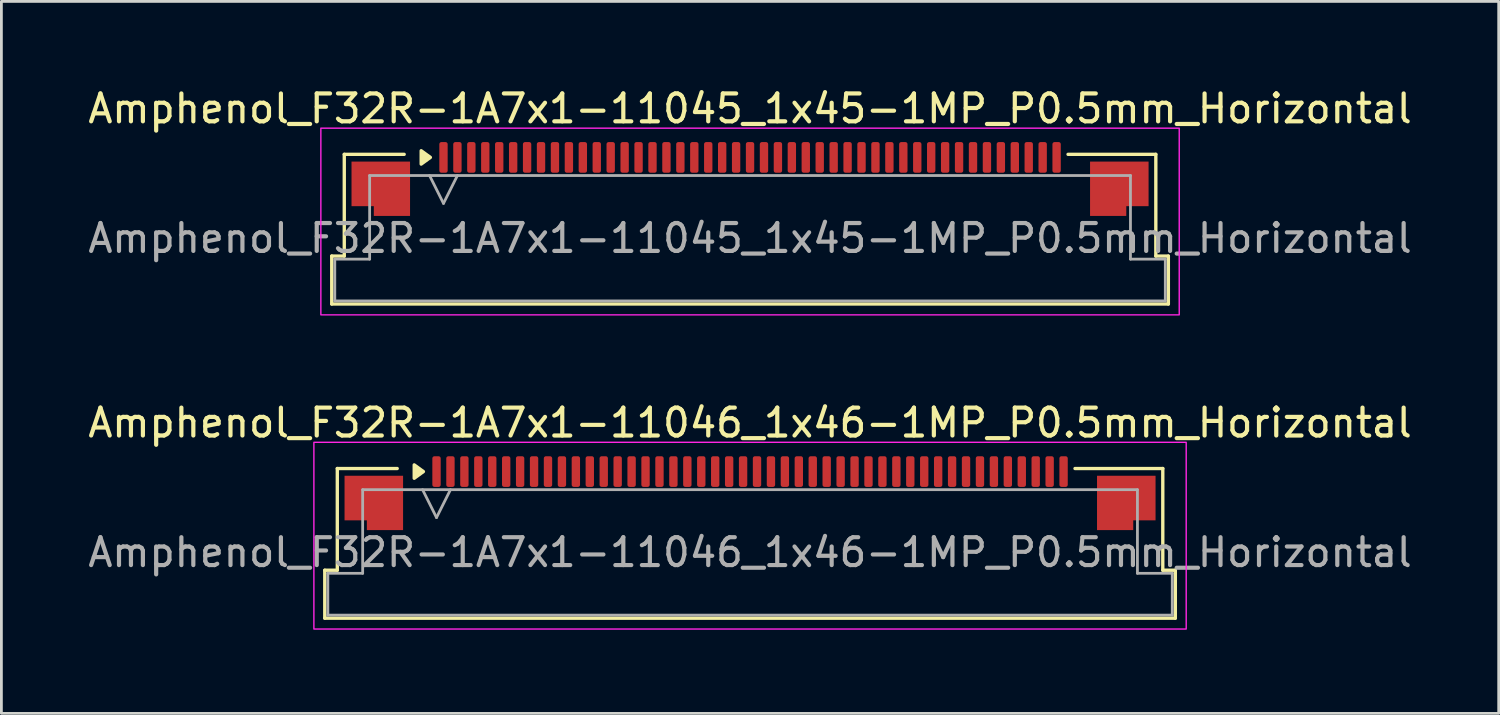
<source format=kicad_pcb>
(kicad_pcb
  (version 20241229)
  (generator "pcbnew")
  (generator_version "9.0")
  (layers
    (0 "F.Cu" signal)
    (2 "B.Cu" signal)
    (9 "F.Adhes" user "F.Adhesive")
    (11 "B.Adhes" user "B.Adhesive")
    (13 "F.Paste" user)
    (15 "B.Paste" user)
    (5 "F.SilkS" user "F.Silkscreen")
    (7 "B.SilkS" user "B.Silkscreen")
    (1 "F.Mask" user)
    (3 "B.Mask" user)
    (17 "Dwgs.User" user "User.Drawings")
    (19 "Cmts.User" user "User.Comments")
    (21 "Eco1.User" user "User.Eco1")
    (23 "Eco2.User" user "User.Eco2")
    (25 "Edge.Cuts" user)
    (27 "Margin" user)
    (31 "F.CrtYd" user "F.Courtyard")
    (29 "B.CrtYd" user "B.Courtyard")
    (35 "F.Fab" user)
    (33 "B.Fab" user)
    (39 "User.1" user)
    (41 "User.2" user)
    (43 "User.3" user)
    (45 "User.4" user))
  (footprint "Amphenol_F32R-1A7x1-11045_1x45-1MP_P0.5mm_Horizontal"
    (layer "F.Cu")
    (at 23.863 5.498)
    (property "Reference" "Amphenol_F32R-1A7x1-11045_1x45-1MP_P0.5mm_Horizontal" (at 0 -4.65 0) (layer "F.SilkS") (effects (font (size 1 1) (thickness 0.15))))
    (attr smd)
    (fp_line (start -15.01 0.64) (end -14.56 0.64) (stroke (width 0.12) (type solid)) (layer "F.SilkS"))
    (fp_line (start -15.01 2.36) (end -15.01 0.64) (stroke (width 0.12) (type solid)) (layer "F.SilkS"))
    (fp_line (start -14.56 -3.01) (end -12.41 -3.01) (stroke (width 0.12) (type solid)) (layer "F.SilkS"))
    (fp_line (start -14.56 0.64) (end -14.56 -3.01) (stroke (width 0.12) (type solid)) (layer "F.SilkS"))
    (fp_line (start 11.41 -3.01) (end 14.56 -3.01) (stroke (width 0.12) (type solid)) (layer "F.SilkS"))
    (fp_line (start 14.56 -3.01) (end 14.56 0.64) (stroke (width 0.12) (type solid)) (layer "F.SilkS"))
    (fp_line (start 14.56 0.64) (end 15.01 0.64) (stroke (width 0.12) (type solid)) (layer "F.SilkS"))
    (fp_line (start 15.01 0.64) (end 15.01 2.36) (stroke (width 0.12) (type solid)) (layer "F.SilkS"))
    (fp_line (start 15.01 2.36) (end -15.01 2.36) (stroke (width 0.12) (type solid)) (layer "F.SilkS"))
    (fp_poly (pts (xy -11.47 -2.9) (xy -11.8 -2.66) (xy -11.8 -3.14)) (stroke (width 0.12) (type solid)) (fill yes) (layer "F.SilkS"))
    (fp_rect (start -15.4 -3.95) (end 15.4 2.75) (stroke (width 0.05) (type solid)) (fill no) (layer "F.CrtYd"))
    (fp_line (start -14.9 0.75) (end -13.65 0.75) (stroke (width 0.1) (type solid)) (layer "F.Fab"))
    (fp_line (start -14.9 2.25) (end -14.9 0.75) (stroke (width 0.1) (type solid)) (layer "F.Fab"))
    (fp_line (start -13.65 -2.25) (end 13.65 -2.25) (stroke (width 0.1) (type solid)) (layer "F.Fab"))
    (fp_line (start -13.65 0.75) (end -13.65 -2.25) (stroke (width 0.1) (type solid)) (layer "F.Fab"))
    (fp_line (start -11.5 -2.25) (end -11 -1.25) (stroke (width 0.1) (type solid)) (layer "F.Fab"))
    (fp_line (start -11 -1.25) (end -10.5 -2.25) (stroke (width 0.1) (type solid)) (layer "F.Fab"))
    (fp_line (start 13.65 -2.25) (end 13.65 0.75) (stroke (width 0.1) (type solid)) (layer "F.Fab"))
    (fp_line (start 13.65 0.75) (end 14.9 0.75) (stroke (width 0.1) (type solid)) (layer "F.Fab"))
    (fp_line (start 14.9 0.75) (end 14.9 2.25) (stroke (width 0.1) (type solid)) (layer "F.Fab"))
    (fp_line (start 14.9 2.25) (end -14.9 2.25) (stroke (width 0.1) (type solid)) (layer "F.Fab"))
    (fp_text user "${REFERENCE}" (at 0 0 0) (layer "F.Fab") (effects (font (size 1 1) (thickness 0.15))))
    (pad "1" smd roundrect (at -11 -2.9) (size 0.3 1.1) (layers "F.Cu" "F.Mask" "F.Paste") (roundrect_rratio 0.25))
    (pad "2" smd roundrect (at -10.5 -2.9) (size 0.3 1.1) (layers "F.Cu" "F.Mask" "F.Paste") (roundrect_rratio 0.25))
    (pad "3" smd roundrect (at -10 -2.9) (size 0.3 1.1) (layers "F.Cu" "F.Mask" "F.Paste") (roundrect_rratio 0.25))
    (pad "4" smd roundrect (at -9.5 -2.9) (size 0.3 1.1) (layers "F.Cu" "F.Mask" "F.Paste") (roundrect_rratio 0.25))
    (pad "5" smd roundrect (at -9 -2.9) (size 0.3 1.1) (layers "F.Cu" "F.Mask" "F.Paste") (roundrect_rratio 0.25))
    (pad "6" smd roundrect (at -8.5 -2.9) (size 0.3 1.1) (layers "F.Cu" "F.Mask" "F.Paste") (roundrect_rratio 0.25))
    (pad "7" smd roundrect (at -8 -2.9) (size 0.3 1.1) (layers "F.Cu" "F.Mask" "F.Paste") (roundrect_rratio 0.25))
    (pad "8" smd roundrect (at -7.5 -2.9) (size 0.3 1.1) (layers "F.Cu" "F.Mask" "F.Paste") (roundrect_rratio 0.25))
    (pad "9" smd roundrect (at -7 -2.9) (size 0.3 1.1) (layers "F.Cu" "F.Mask" "F.Paste") (roundrect_rratio 0.25))
    (pad "10" smd roundrect (at -6.5 -2.9) (size 0.3 1.1) (layers "F.Cu" "F.Mask" "F.Paste") (roundrect_rratio 0.25))
    (pad "11" smd roundrect (at -6 -2.9) (size 0.3 1.1) (layers "F.Cu" "F.Mask" "F.Paste") (roundrect_rratio 0.25))
    (pad "12" smd roundrect (at -5.5 -2.9) (size 0.3 1.1) (layers "F.Cu" "F.Mask" "F.Paste") (roundrect_rratio 0.25))
    (pad "13" smd roundrect (at -5 -2.9) (size 0.3 1.1) (layers "F.Cu" "F.Mask" "F.Paste") (roundrect_rratio 0.25))
    (pad "14" smd roundrect (at -4.5 -2.9) (size 0.3 1.1) (layers "F.Cu" "F.Mask" "F.Paste") (roundrect_rratio 0.25))
    (pad "15" smd roundrect (at -4 -2.9) (size 0.3 1.1) (layers "F.Cu" "F.Mask" "F.Paste") (roundrect_rratio 0.25))
    (pad "16" smd roundrect (at -3.5 -2.9) (size 0.3 1.1) (layers "F.Cu" "F.Mask" "F.Paste") (roundrect_rratio 0.25))
    (pad "17" smd roundrect (at -3 -2.9) (size 0.3 1.1) (layers "F.Cu" "F.Mask" "F.Paste") (roundrect_rratio 0.25))
    (pad "18" smd roundrect (at -2.5 -2.9) (size 0.3 1.1) (layers "F.Cu" "F.Mask" "F.Paste") (roundrect_rratio 0.25))
    (pad "19" smd roundrect (at -2 -2.9) (size 0.3 1.1) (layers "F.Cu" "F.Mask" "F.Paste") (roundrect_rratio 0.25))
    (pad "20" smd roundrect (at -1.5 -2.9) (size 0.3 1.1) (layers "F.Cu" "F.Mask" "F.Paste") (roundrect_rratio 0.25))
    (pad "21" smd roundrect (at -1 -2.9) (size 0.3 1.1) (layers "F.Cu" "F.Mask" "F.Paste") (roundrect_rratio 0.25))
    (pad "22" smd roundrect (at -0.5 -2.9) (size 0.3 1.1) (layers "F.Cu" "F.Mask" "F.Paste") (roundrect_rratio 0.25))
    (pad "23" smd roundrect (at 0 -2.9) (size 0.3 1.1) (layers "F.Cu" "F.Mask" "F.Paste") (roundrect_rratio 0.25))
    (pad "24" smd roundrect (at 0.5 -2.9) (size 0.3 1.1) (layers "F.Cu" "F.Mask" "F.Paste") (roundrect_rratio 0.25))
    (pad "25" smd roundrect (at 1 -2.9) (size 0.3 1.1) (layers "F.Cu" "F.Mask" "F.Paste") (roundrect_rratio 0.25))
    (pad "26" smd roundrect (at 1.5 -2.9) (size 0.3 1.1) (layers "F.Cu" "F.Mask" "F.Paste") (roundrect_rratio 0.25))
    (pad "27" smd roundrect (at 2 -2.9) (size 0.3 1.1) (layers "F.Cu" "F.Mask" "F.Paste") (roundrect_rratio 0.25))
    (pad "28" smd roundrect (at 2.5 -2.9) (size 0.3 1.1) (layers "F.Cu" "F.Mask" "F.Paste") (roundrect_rratio 0.25))
    (pad "29" smd roundrect (at 3 -2.9) (size 0.3 1.1) (layers "F.Cu" "F.Mask" "F.Paste") (roundrect_rratio 0.25))
    (pad "30" smd roundrect (at 3.5 -2.9) (size 0.3 1.1) (layers "F.Cu" "F.Mask" "F.Paste") (roundrect_rratio 0.25))
    (pad "31" smd roundrect (at 4 -2.9) (size 0.3 1.1) (layers "F.Cu" "F.Mask" "F.Paste") (roundrect_rratio 0.25))
    (pad "32" smd roundrect (at 4.5 -2.9) (size 0.3 1.1) (layers "F.Cu" "F.Mask" "F.Paste") (roundrect_rratio 0.25))
    (pad "33" smd roundrect (at 5 -2.9) (size 0.3 1.1) (layers "F.Cu" "F.Mask" "F.Paste") (roundrect_rratio 0.25))
    (pad "34" smd roundrect (at 5.5 -2.9) (size 0.3 1.1) (layers "F.Cu" "F.Mask" "F.Paste") (roundrect_rratio 0.25))
    (pad "35" smd roundrect (at 6 -2.9) (size 0.3 1.1) (layers "F.Cu" "F.Mask" "F.Paste") (roundrect_rratio 0.25))
    (pad "36" smd roundrect (at 6.5 -2.9) (size 0.3 1.1) (layers "F.Cu" "F.Mask" "F.Paste") (roundrect_rratio 0.25))
    (pad "37" smd roundrect (at 7 -2.9) (size 0.3 1.1) (layers "F.Cu" "F.Mask" "F.Paste") (roundrect_rratio 0.25))
    (pad "38" smd roundrect (at 7.5 -2.9) (size 0.3 1.1) (layers "F.Cu" "F.Mask" "F.Paste") (roundrect_rratio 0.25))
    (pad "39" smd roundrect (at 8 -2.9) (size 0.3 1.1) (layers "F.Cu" "F.Mask" "F.Paste") (roundrect_rratio 0.25))
    (pad "40" smd roundrect (at 8.5 -2.9) (size 0.3 1.1) (layers "F.Cu" "F.Mask" "F.Paste") (roundrect_rratio 0.25))
    (pad "41" smd roundrect (at 9 -2.9) (size 0.3 1.1) (layers "F.Cu" "F.Mask" "F.Paste") (roundrect_rratio 0.25))
    (pad "42" smd roundrect (at 9.5 -2.9) (size 0.3 1.1) (layers "F.Cu" "F.Mask" "F.Paste") (roundrect_rratio 0.25))
    (pad "43" smd roundrect (at 10 -2.9) (size 0.3 1.1) (layers "F.Cu" "F.Mask" "F.Paste") (roundrect_rratio 0.25))
    (pad "44" smd roundrect (at 10.5 -2.9) (size 0.3 1.1) (layers "F.Cu" "F.Mask" "F.Paste") (roundrect_rratio 0.25))
    (pad "45" smd roundrect (at 11 -2.9) (size 0.3 1.1) (layers "F.Cu" "F.Mask" "F.Paste") (roundrect_rratio 0.25))
    (pad "MP" smd custom (at -13.25 -1.775) (size 1 1) (layers "F.Cu" "F.Mask" "F.Paste") (options (anchor circle)) (primitives (gr_poly (pts (xy 1.05 -0.975) (xy 1.05 0.975) (xy -0.25 0.975) (xy -0.25 0.625) (xy -1.05 0.625) (xy -1.05 -0.975)) (width 0) (fill yes))))
    (pad "MP" smd custom (at 13.25 -1.775) (size 1 1) (layers "F.Cu" "F.Mask" "F.Paste") (options (anchor circle)) (primitives (gr_poly (pts (xy -1.05 -0.975) (xy -1.05 0.975) (xy 0.25 0.975) (xy 0.25 0.625) (xy 1.05 0.625) (xy 1.05 -0.975)) (width 0) (fill yes)))))
  (footprint "Amphenol_F32R-1A7x1-11046_1x46-1MP_P0.5mm_Horizontal"
    (layer "F.Cu")
    (at 23.863 16.771)
    (property "Reference" "Amphenol_F32R-1A7x1-11046_1x46-1MP_P0.5mm_Horizontal" (at 0 -4.65 0) (layer "F.SilkS") (effects (font (size 1 1) (thickness 0.15))))
    (attr smd)
    (fp_line (start -15.26 0.64) (end -14.81 0.64) (stroke (width 0.12) (type solid)) (layer "F.SilkS"))
    (fp_line (start -15.26 2.36) (end -15.26 0.64) (stroke (width 0.12) (type solid)) (layer "F.SilkS"))
    (fp_line (start -14.81 -3.01) (end -12.66 -3.01) (stroke (width 0.12) (type solid)) (layer "F.SilkS"))
    (fp_line (start -14.81 0.64) (end -14.81 -3.01) (stroke (width 0.12) (type solid)) (layer "F.SilkS"))
    (fp_line (start 11.66 -3.01) (end 14.81 -3.01) (stroke (width 0.12) (type solid)) (layer "F.SilkS"))
    (fp_line (start 14.81 -3.01) (end 14.81 0.64) (stroke (width 0.12) (type solid)) (layer "F.SilkS"))
    (fp_line (start 14.81 0.64) (end 15.26 0.64) (stroke (width 0.12) (type solid)) (layer "F.SilkS"))
    (fp_line (start 15.26 0.64) (end 15.26 2.36) (stroke (width 0.12) (type solid)) (layer "F.SilkS"))
    (fp_line (start 15.26 2.36) (end -15.26 2.36) (stroke (width 0.12) (type solid)) (layer "F.SilkS"))
    (fp_poly (pts (xy -11.72 -2.9) (xy -12.05 -2.66) (xy -12.05 -3.14)) (stroke (width 0.12) (type solid)) (fill yes) (layer "F.SilkS"))
    (fp_rect (start -15.65 -3.95) (end 15.65 2.75) (stroke (width 0.05) (type solid)) (fill no) (layer "F.CrtYd"))
    (fp_line (start -15.15 0.75) (end -13.9 0.75) (stroke (width 0.1) (type solid)) (layer "F.Fab"))
    (fp_line (start -15.15 2.25) (end -15.15 0.75) (stroke (width 0.1) (type solid)) (layer "F.Fab"))
    (fp_line (start -13.9 -2.25) (end 13.9 -2.25) (stroke (width 0.1) (type solid)) (layer "F.Fab"))
    (fp_line (start -13.9 0.75) (end -13.9 -2.25) (stroke (width 0.1) (type solid)) (layer "F.Fab"))
    (fp_line (start -11.75 -2.25) (end -11.25 -1.25) (stroke (width 0.1) (type solid)) (layer "F.Fab"))
    (fp_line (start -11.25 -1.25) (end -10.75 -2.25) (stroke (width 0.1) (type solid)) (layer "F.Fab"))
    (fp_line (start 13.9 -2.25) (end 13.9 0.75) (stroke (width 0.1) (type solid)) (layer "F.Fab"))
    (fp_line (start 13.9 0.75) (end 15.15 0.75) (stroke (width 0.1) (type solid)) (layer "F.Fab"))
    (fp_line (start 15.15 0.75) (end 15.15 2.25) (stroke (width 0.1) (type solid)) (layer "F.Fab"))
    (fp_line (start 15.15 2.25) (end -15.15 2.25) (stroke (width 0.1) (type solid)) (layer "F.Fab"))
    (fp_text user "${REFERENCE}" (at 0 0 0) (layer "F.Fab") (effects (font (size 1 1) (thickness 0.15))))
    (pad "1" smd roundrect (at -11.25 -2.9) (size 0.3 1.1) (layers "F.Cu" "F.Mask" "F.Paste") (roundrect_rratio 0.25))
    (pad "2" smd roundrect (at -10.75 -2.9) (size 0.3 1.1) (layers "F.Cu" "F.Mask" "F.Paste") (roundrect_rratio 0.25))
    (pad "3" smd roundrect (at -10.25 -2.9) (size 0.3 1.1) (layers "F.Cu" "F.Mask" "F.Paste") (roundrect_rratio 0.25))
    (pad "4" smd roundrect (at -9.75 -2.9) (size 0.3 1.1) (layers "F.Cu" "F.Mask" "F.Paste") (roundrect_rratio 0.25))
    (pad "5" smd roundrect (at -9.25 -2.9) (size 0.3 1.1) (layers "F.Cu" "F.Mask" "F.Paste") (roundrect_rratio 0.25))
    (pad "6" smd roundrect (at -8.75 -2.9) (size 0.3 1.1) (layers "F.Cu" "F.Mask" "F.Paste") (roundrect_rratio 0.25))
    (pad "7" smd roundrect (at -8.25 -2.9) (size 0.3 1.1) (layers "F.Cu" "F.Mask" "F.Paste") (roundrect_rratio 0.25))
    (pad "8" smd roundrect (at -7.75 -2.9) (size 0.3 1.1) (layers "F.Cu" "F.Mask" "F.Paste") (roundrect_rratio 0.25))
    (pad "9" smd roundrect (at -7.25 -2.9) (size 0.3 1.1) (layers "F.Cu" "F.Mask" "F.Paste") (roundrect_rratio 0.25))
    (pad "10" smd roundrect (at -6.75 -2.9) (size 0.3 1.1) (layers "F.Cu" "F.Mask" "F.Paste") (roundrect_rratio 0.25))
    (pad "11" smd roundrect (at -6.25 -2.9) (size 0.3 1.1) (layers "F.Cu" "F.Mask" "F.Paste") (roundrect_rratio 0.25))
    (pad "12" smd roundrect (at -5.75 -2.9) (size 0.3 1.1) (layers "F.Cu" "F.Mask" "F.Paste") (roundrect_rratio 0.25))
    (pad "13" smd roundrect (at -5.25 -2.9) (size 0.3 1.1) (layers "F.Cu" "F.Mask" "F.Paste") (roundrect_rratio 0.25))
    (pad "14" smd roundrect (at -4.75 -2.9) (size 0.3 1.1) (layers "F.Cu" "F.Mask" "F.Paste") (roundrect_rratio 0.25))
    (pad "15" smd roundrect (at -4.25 -2.9) (size 0.3 1.1) (layers "F.Cu" "F.Mask" "F.Paste") (roundrect_rratio 0.25))
    (pad "16" smd roundrect (at -3.75 -2.9) (size 0.3 1.1) (layers "F.Cu" "F.Mask" "F.Paste") (roundrect_rratio 0.25))
    (pad "17" smd roundrect (at -3.25 -2.9) (size 0.3 1.1) (layers "F.Cu" "F.Mask" "F.Paste") (roundrect_rratio 0.25))
    (pad "18" smd roundrect (at -2.75 -2.9) (size 0.3 1.1) (layers "F.Cu" "F.Mask" "F.Paste") (roundrect_rratio 0.25))
    (pad "19" smd roundrect (at -2.25 -2.9) (size 0.3 1.1) (layers "F.Cu" "F.Mask" "F.Paste") (roundrect_rratio 0.25))
    (pad "20" smd roundrect (at -1.75 -2.9) (size 0.3 1.1) (layers "F.Cu" "F.Mask" "F.Paste") (roundrect_rratio 0.25))
    (pad "21" smd roundrect (at -1.25 -2.9) (size 0.3 1.1) (layers "F.Cu" "F.Mask" "F.Paste") (roundrect_rratio 0.25))
    (pad "22" smd roundrect (at -0.75 -2.9) (size 0.3 1.1) (layers "F.Cu" "F.Mask" "F.Paste") (roundrect_rratio 0.25))
    (pad "23" smd roundrect (at -0.25 -2.9) (size 0.3 1.1) (layers "F.Cu" "F.Mask" "F.Paste") (roundrect_rratio 0.25))
    (pad "24" smd roundrect (at 0.25 -2.9) (size 0.3 1.1) (layers "F.Cu" "F.Mask" "F.Paste") (roundrect_rratio 0.25))
    (pad "25" smd roundrect (at 0.75 -2.9) (size 0.3 1.1) (layers "F.Cu" "F.Mask" "F.Paste") (roundrect_rratio 0.25))
    (pad "26" smd roundrect (at 1.25 -2.9) (size 0.3 1.1) (layers "F.Cu" "F.Mask" "F.Paste") (roundrect_rratio 0.25))
    (pad "27" smd roundrect (at 1.75 -2.9) (size 0.3 1.1) (layers "F.Cu" "F.Mask" "F.Paste") (roundrect_rratio 0.25))
    (pad "28" smd roundrect (at 2.25 -2.9) (size 0.3 1.1) (layers "F.Cu" "F.Mask" "F.Paste") (roundrect_rratio 0.25))
    (pad "29" smd roundrect (at 2.75 -2.9) (size 0.3 1.1) (layers "F.Cu" "F.Mask" "F.Paste") (roundrect_rratio 0.25))
    (pad "30" smd roundrect (at 3.25 -2.9) (size 0.3 1.1) (layers "F.Cu" "F.Mask" "F.Paste") (roundrect_rratio 0.25))
    (pad "31" smd roundrect (at 3.75 -2.9) (size 0.3 1.1) (layers "F.Cu" "F.Mask" "F.Paste") (roundrect_rratio 0.25))
    (pad "32" smd roundrect (at 4.25 -2.9) (size 0.3 1.1) (layers "F.Cu" "F.Mask" "F.Paste") (roundrect_rratio 0.25))
    (pad "33" smd roundrect (at 4.75 -2.9) (size 0.3 1.1) (layers "F.Cu" "F.Mask" "F.Paste") (roundrect_rratio 0.25))
    (pad "34" smd roundrect (at 5.25 -2.9) (size 0.3 1.1) (layers "F.Cu" "F.Mask" "F.Paste") (roundrect_rratio 0.25))
    (pad "35" smd roundrect (at 5.75 -2.9) (size 0.3 1.1) (layers "F.Cu" "F.Mask" "F.Paste") (roundrect_rratio 0.25))
    (pad "36" smd roundrect (at 6.25 -2.9) (size 0.3 1.1) (layers "F.Cu" "F.Mask" "F.Paste") (roundrect_rratio 0.25))
    (pad "37" smd roundrect (at 6.75 -2.9) (size 0.3 1.1) (layers "F.Cu" "F.Mask" "F.Paste") (roundrect_rratio 0.25))
    (pad "38" smd roundrect (at 7.25 -2.9) (size 0.3 1.1) (layers "F.Cu" "F.Mask" "F.Paste") (roundrect_rratio 0.25))
    (pad "39" smd roundrect (at 7.75 -2.9) (size 0.3 1.1) (layers "F.Cu" "F.Mask" "F.Paste") (roundrect_rratio 0.25))
    (pad "40" smd roundrect (at 8.25 -2.9) (size 0.3 1.1) (layers "F.Cu" "F.Mask" "F.Paste") (roundrect_rratio 0.25))
    (pad "41" smd roundrect (at 8.75 -2.9) (size 0.3 1.1) (layers "F.Cu" "F.Mask" "F.Paste") (roundrect_rratio 0.25))
    (pad "42" smd roundrect (at 9.25 -2.9) (size 0.3 1.1) (layers "F.Cu" "F.Mask" "F.Paste") (roundrect_rratio 0.25))
    (pad "43" smd roundrect (at 9.75 -2.9) (size 0.3 1.1) (layers "F.Cu" "F.Mask" "F.Paste") (roundrect_rratio 0.25))
    (pad "44" smd roundrect (at 10.25 -2.9) (size 0.3 1.1) (layers "F.Cu" "F.Mask" "F.Paste") (roundrect_rratio 0.25))
    (pad "45" smd roundrect (at 10.75 -2.9) (size 0.3 1.1) (layers "F.Cu" "F.Mask" "F.Paste") (roundrect_rratio 0.25))
    (pad "46" smd roundrect (at 11.25 -2.9) (size 0.3 1.1) (layers "F.Cu" "F.Mask" "F.Paste") (roundrect_rratio 0.25))
    (pad "MP" smd custom (at -13.5 -1.775) (size 1 1) (layers "F.Cu" "F.Mask" "F.Paste") (options (anchor circle)) (primitives (gr_poly (pts (xy 1.05 -0.975) (xy 1.05 0.975) (xy -0.25 0.975) (xy -0.25 0.625) (xy -1.05 0.625) (xy -1.05 -0.975)) (width 0) (fill yes))))
    (pad "MP" smd custom (at 13.5 -1.775) (size 1 1) (layers "F.Cu" "F.Mask" "F.Paste") (options (anchor circle)) (primitives (gr_poly (pts (xy -1.05 -0.975) (xy -1.05 0.975) (xy 0.25 0.975) (xy 0.25 0.625) (xy 1.05 0.625) (xy 1.05 -0.975)) (width 0) (fill yes)))))
  (gr_rect
    (start -3 -3)
    (end 50.726 22.547)
    (stroke (width 0.1) (type default))
    (fill no)
    (layer "Edge.Cuts")))
</source>
